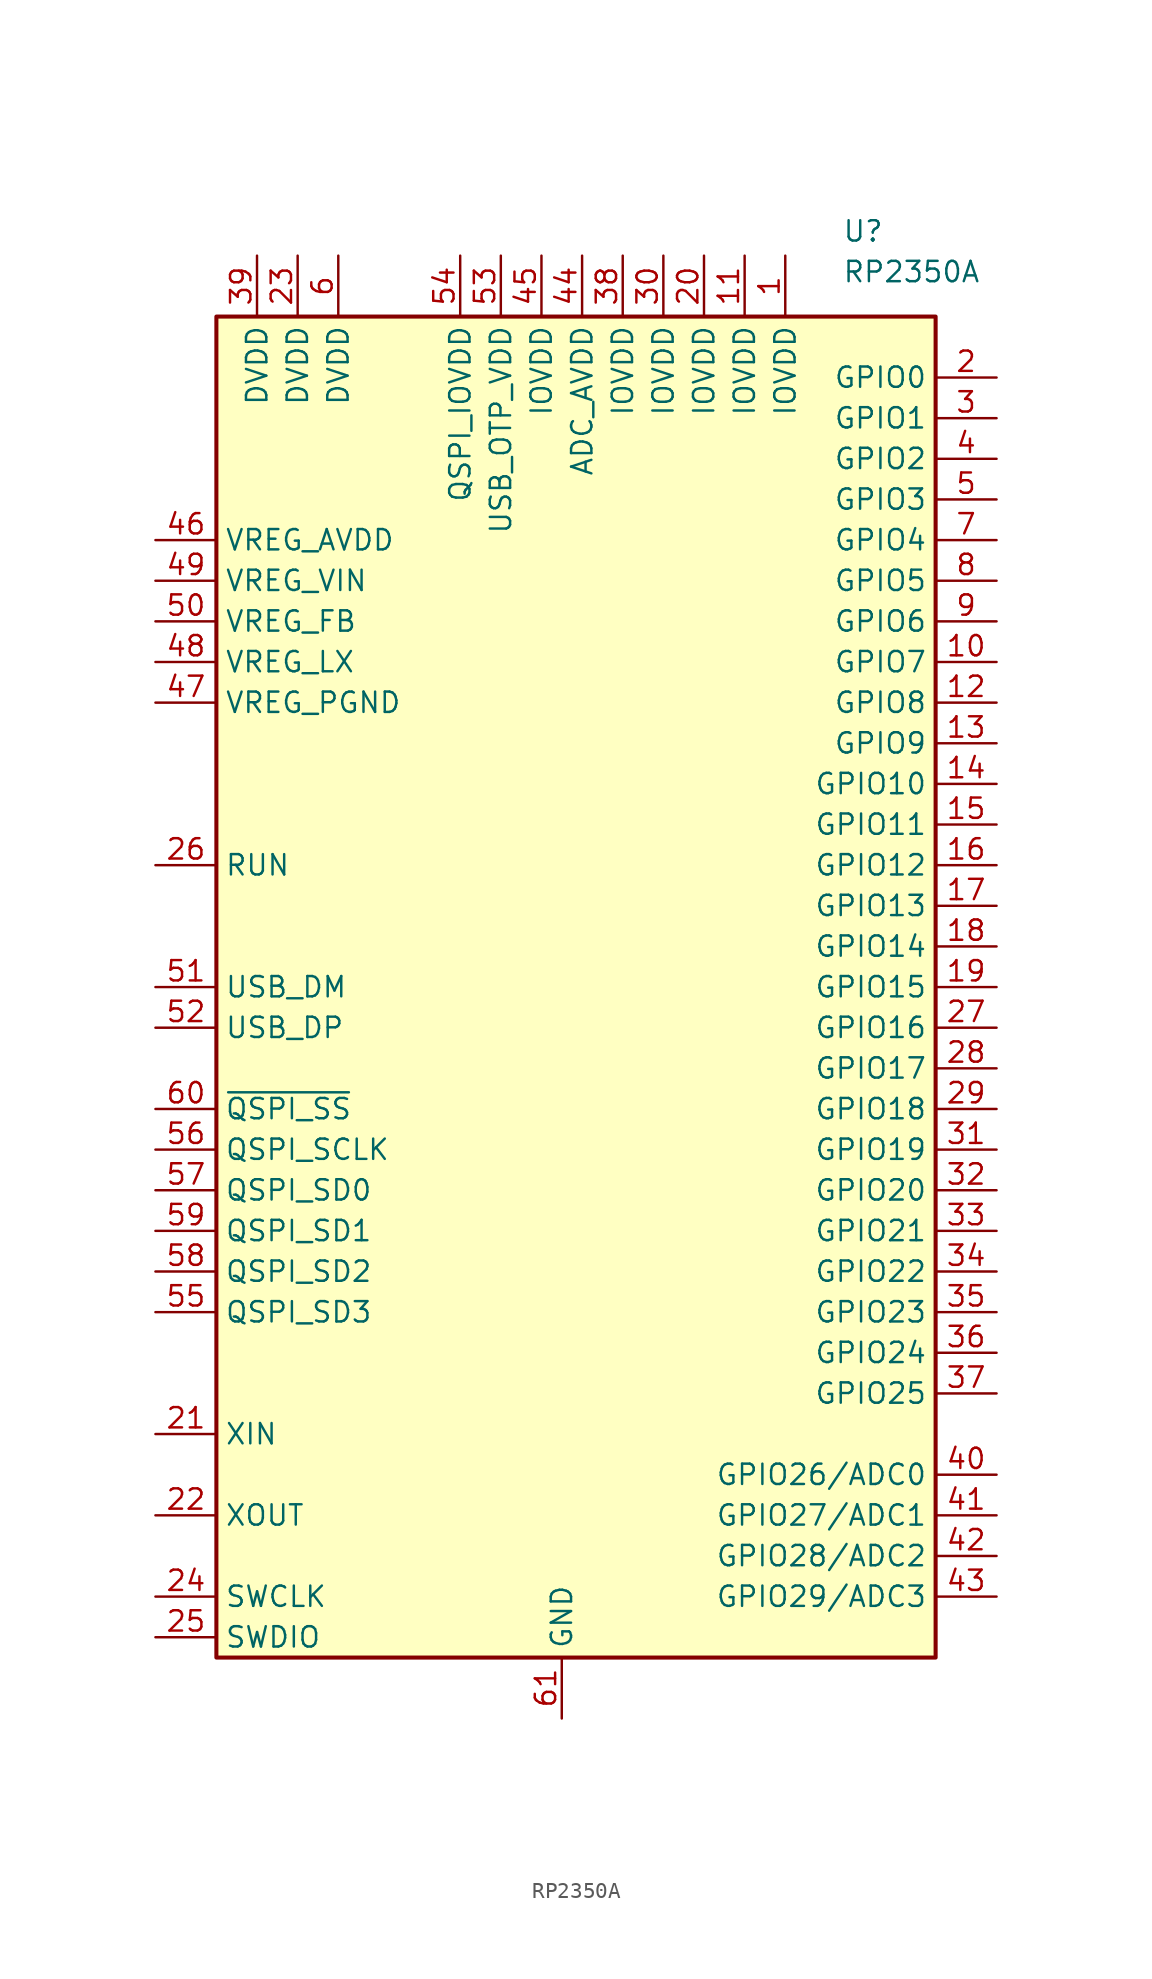
<source format=kicad_sym>
(kicad_symbol_lib
  (version 20241209)
  (generator "kicad_symbol_editor")
  (generator_version "9.0")
  (symbol "RP2350A"
    (property "Reference" "U"
      (at 17.526 47.244 0)
      (effects (font (size 1.27 1.27)) (justify left)))
    (property "Value" "RP2350A"
      (at 17.526 44.704 0)
      (effects (font (size 1.27 1.27)) (justify left)))
    (symbol "RP2350A_0_1"
      (rectangle (start -21.59 41.91) (end 23.368 -41.91) (stroke (width 0.254) (type default)) (fill (type background))))
    (symbol "RP2350A_1_0"
      (pin power_in line (at -25.4 27.94 0) (length 3.81) (name "VREG_AVDD" (effects (font (size 1.27 1.27)))) (number "46" (effects (font (size 1.27 1.27)))))
      (pin power_in line (at -25.4 17.78 0) (length 3.81) (name "VREG_PGND" (effects (font (size 1.27 1.27)))) (number "47" (effects (font (size 1.27 1.27)))))
      (pin passive line (at -19.05 45.72 270) (length 3.81) (name "DVDD" (effects (font (size 1.27 1.27)))) (number "39" (effects (font (size 1.27 1.27)))))
      (pin power_in line (at -13.97 45.72 270) (length 3.81) (name "DVDD" (effects (font (size 1.27 1.27)))) (number "6" (effects (font (size 1.27 1.27)))))
      (pin power_in line (at -6.35 45.72 270) (length 3.81) (name "QSPI_IOVDD" (effects (font (size 1.27 1.27)))) (number "54" (effects (font (size 1.27 1.27)))))
      (pin power_in line (at -3.81 45.72 270) (length 3.81) (name "USB_OTP_VDD" (effects (font (size 1.27 1.27)))) (number "53" (effects (font (size 1.27 1.27))))))
    (symbol "RP2350A_1_1"
      (pin power_in line (at -25.4 25.4 0) (length 3.81) (name "VREG_VIN" (effects (font (size 1.27 1.27)))) (number "49" (effects (font (size 1.27 1.27)))))
      (pin passive line (at -25.4 22.86 0) (length 3.81) (name "VREG_FB" (effects (font (size 1.27 1.27)))) (number "50" (effects (font (size 1.27 1.27)))))
      (pin power_out line (at -25.4 20.32 0) (length 3.81) (name "VREG_LX" (effects (font (size 1.27 1.27)))) (number "48" (effects (font (size 1.27 1.27)))))
      (pin input line (at -25.4 7.62 0) (length 3.81) (name "RUN" (effects (font (size 1.27 1.27)))) (number "26" (effects (font (size 1.27 1.27)))))
      (pin bidirectional line (at -25.4 0 0) (length 3.81) (name "USB_DM" (effects (font (size 1.27 1.27)))) (number "51" (effects (font (size 1.27 1.27)))))
      (pin bidirectional line (at -25.4 -2.54 0) (length 3.81) (name "USB_DP" (effects (font (size 1.27 1.27)))) (number "52" (effects (font (size 1.27 1.27)))))
      (pin output line (at -25.4 -7.62 0) (length 3.81) (name "~{QSPI_SS}" (effects (font (size 1.27 1.27)))) (number "60" (effects (font (size 1.27 1.27)))))
      (pin output line (at -25.4 -10.16 0) (length 3.81) (name "QSPI_SCLK" (effects (font (size 1.27 1.27)))) (number "56" (effects (font (size 1.27 1.27)))))
      (pin bidirectional line (at -25.4 -12.7 0) (length 3.81) (name "QSPI_SD0" (effects (font (size 1.27 1.27)))) (number "57" (effects (font (size 1.27 1.27)))))
      (pin bidirectional line (at -25.4 -15.24 0) (length 3.81) (name "QSPI_SD1" (effects (font (size 1.27 1.27)))) (number "59" (effects (font (size 1.27 1.27)))))
      (pin bidirectional line (at -25.4 -17.78 0) (length 3.81) (name "QSPI_SD2" (effects (font (size 1.27 1.27)))) (number "58" (effects (font (size 1.27 1.27)))))
      (pin bidirectional line (at -25.4 -20.32 0) (length 3.81) (name "QSPI_SD3" (effects (font (size 1.27 1.27)))) (number "55" (effects (font (size 1.27 1.27)))))
      (pin input line (at -25.4 -27.94 0) (length 3.81) (name "XIN" (effects (font (size 1.27 1.27)))) (number "21" (effects (font (size 1.27 1.27)))))
      (pin output line (at -25.4 -33.02 0) (length 3.81) (name "XOUT" (effects (font (size 1.27 1.27)))) (number "22" (effects (font (size 1.27 1.27)))))
      (pin input line (at -25.4 -38.1 0) (length 3.81) (name "SWCLK" (effects (font (size 1.27 1.27)))) (number "24" (effects (font (size 1.27 1.27)))))
      (pin bidirectional line (at -25.4 -40.64 0) (length 3.81) (name "SWDIO" (effects (font (size 1.27 1.27)))) (number "25" (effects (font (size 1.27 1.27)))))
      (pin passive line (at -16.51 45.72 270) (length 3.81) (name "DVDD" (effects (font (size 1.27 1.27)))) (number "23" (effects (font (size 1.27 1.27)))))
      (pin passive line (at -1.27 45.72 270) (length 3.81) (name "IOVDD" (effects (font (size 1.27 1.27)))) (number "45" (effects (font (size 1.27 1.27)))))
      (pin power_in line (at 0 -45.72 90) (length 3.81) (name "GND" (effects (font (size 1.27 1.27)))) (number "61" (effects (font (size 1.27 1.27)))))
      (pin power_in line (at 1.27 45.72 270) (length 3.81) (name "ADC_AVDD" (effects (font (size 1.27 1.27)))) (number "44" (effects (font (size 1.27 1.27)))))
      (pin passive line (at 3.81 45.72 270) (length 3.81) (name "IOVDD" (effects (font (size 1.27 1.27)))) (number "38" (effects (font (size 1.27 1.27)))))
      (pin passive line (at 6.35 45.72 270) (length 3.81) (name "IOVDD" (effects (font (size 1.27 1.27)))) (number "30" (effects (font (size 1.27 1.27)))))
      (pin passive line (at 8.89 45.72 270) (length 3.81) (name "IOVDD" (effects (font (size 1.27 1.27)))) (number "20" (effects (font (size 1.27 1.27)))))
      (pin passive line (at 11.43 45.72 270) (length 3.81) (name "IOVDD" (effects (font (size 1.27 1.27)))) (number "11" (effects (font (size 1.27 1.27)))))
      (pin power_in line (at 13.97 45.72 270) (length 3.81) (name "IOVDD" (effects (font (size 1.27 1.27)))) (number "1" (effects (font (size 1.27 1.27)))))
      (pin bidirectional line (at 27.178 38.1 180) (length 3.81) (name "GPIO0" (effects (font (size 1.27 1.27)))) (number "2" (effects (font (size 1.27 1.27)))))
      (pin bidirectional line (at 27.178 35.56 180) (length 3.81) (name "GPIO1" (effects (font (size 1.27 1.27)))) (number "3" (effects (font (size 1.27 1.27)))))
      (pin bidirectional line (at 27.178 33.02 180) (length 3.81) (name "GPIO2" (effects (font (size 1.27 1.27)))) (number "4" (effects (font (size 1.27 1.27)))))
      (pin bidirectional line (at 27.178 30.48 180) (length 3.81) (name "GPIO3" (effects (font (size 1.27 1.27)))) (number "5" (effects (font (size 1.27 1.27)))))
      (pin bidirectional line (at 27.178 27.94 180) (length 3.81) (name "GPIO4" (effects (font (size 1.27 1.27)))) (number "7" (effects (font (size 1.27 1.27)))))
      (pin bidirectional line (at 27.178 25.4 180) (length 3.81) (name "GPIO5" (effects (font (size 1.27 1.27)))) (number "8" (effects (font (size 1.27 1.27)))))
      (pin bidirectional line (at 27.178 22.86 180) (length 3.81) (name "GPIO6" (effects (font (size 1.27 1.27)))) (number "9" (effects (font (size 1.27 1.27)))))
      (pin bidirectional line (at 27.178 20.32 180) (length 3.81) (name "GPIO7" (effects (font (size 1.27 1.27)))) (number "10" (effects (font (size 1.27 1.27)))))
      (pin bidirectional line (at 27.178 17.78 180) (length 3.81) (name "GPIO8" (effects (font (size 1.27 1.27)))) (number "12" (effects (font (size 1.27 1.27)))))
      (pin bidirectional line (at 27.178 15.24 180) (length 3.81) (name "GPIO9" (effects (font (size 1.27 1.27)))) (number "13" (effects (font (size 1.27 1.27)))))
      (pin bidirectional line (at 27.178 12.7 180) (length 3.81) (name "GPIO10" (effects (font (size 1.27 1.27)))) (number "14" (effects (font (size 1.27 1.27)))))
      (pin bidirectional line (at 27.178 10.16 180) (length 3.81) (name "GPIO11" (effects (font (size 1.27 1.27)))) (number "15" (effects (font (size 1.27 1.27)))))
      (pin bidirectional line (at 27.178 7.62 180) (length 3.81) (name "GPIO12" (effects (font (size 1.27 1.27)))) (number "16" (effects (font (size 1.27 1.27)))))
      (pin bidirectional line (at 27.178 5.08 180) (length 3.81) (name "GPIO13" (effects (font (size 1.27 1.27)))) (number "17" (effects (font (size 1.27 1.27)))))
      (pin bidirectional line (at 27.178 2.54 180) (length 3.81) (name "GPIO14" (effects (font (size 1.27 1.27)))) (number "18" (effects (font (size 1.27 1.27)))))
      (pin bidirectional line (at 27.178 0 180) (length 3.81) (name "GPIO15" (effects (font (size 1.27 1.27)))) (number "19" (effects (font (size 1.27 1.27)))))
      (pin bidirectional line (at 27.178 -2.54 180) (length 3.81) (name "GPIO16" (effects (font (size 1.27 1.27)))) (number "27" (effects (font (size 1.27 1.27)))))
      (pin bidirectional line (at 27.178 -5.08 180) (length 3.81) (name "GPIO17" (effects (font (size 1.27 1.27)))) (number "28" (effects (font (size 1.27 1.27)))))
      (pin bidirectional line (at 27.178 -7.62 180) (length 3.81) (name "GPIO18" (effects (font (size 1.27 1.27)))) (number "29" (effects (font (size 1.27 1.27)))))
      (pin bidirectional line (at 27.178 -10.16 180) (length 3.81) (name "GPIO19" (effects (font (size 1.27 1.27)))) (number "31" (effects (font (size 1.27 1.27)))))
      (pin bidirectional line (at 27.178 -12.7 180) (length 3.81) (name "GPIO20" (effects (font (size 1.27 1.27)))) (number "32" (effects (font (size 1.27 1.27)))))
      (pin bidirectional line (at 27.178 -15.24 180) (length 3.81) (name "GPIO21" (effects (font (size 1.27 1.27)))) (number "33" (effects (font (size 1.27 1.27)))))
      (pin bidirectional line (at 27.178 -17.78 180) (length 3.81) (name "GPIO22" (effects (font (size 1.27 1.27)))) (number "34" (effects (font (size 1.27 1.27)))))
      (pin bidirectional line (at 27.178 -20.32 180) (length 3.81) (name "GPIO23" (effects (font (size 1.27 1.27)))) (number "35" (effects (font (size 1.27 1.27)))))
      (pin bidirectional line (at 27.178 -22.86 180) (length 3.81) (name "GPIO24" (effects (font (size 1.27 1.27)))) (number "36" (effects (font (size 1.27 1.27)))))
      (pin bidirectional line (at 27.178 -25.4 180) (length 3.81) (name "GPIO25" (effects (font (size 1.27 1.27)))) (number "37" (effects (font (size 1.27 1.27)))))
      (pin bidirectional line (at 27.178 -30.48 180) (length 3.81) (name "GPIO26/ADC0" (effects (font (size 1.27 1.27)))) (number "40" (effects (font (size 1.27 1.27)))))
      (pin bidirectional line (at 27.178 -33.02 180) (length 3.81) (name "GPIO27/ADC1" (effects (font (size 1.27 1.27)))) (number "41" (effects (font (size 1.27 1.27)))))
      (pin bidirectional line (at 27.178 -35.56 180) (length 3.81) (name "GPIO28/ADC2" (effects (font (size 1.27 1.27)))) (number "42" (effects (font (size 1.27 1.27)))))
      (pin bidirectional line (at 27.178 -38.1 180) (length 3.81) (name "GPIO29/ADC3" (effects (font (size 1.27 1.27)))) (number "43" (effects (font (size 1.27 1.27))))))))
</source>
